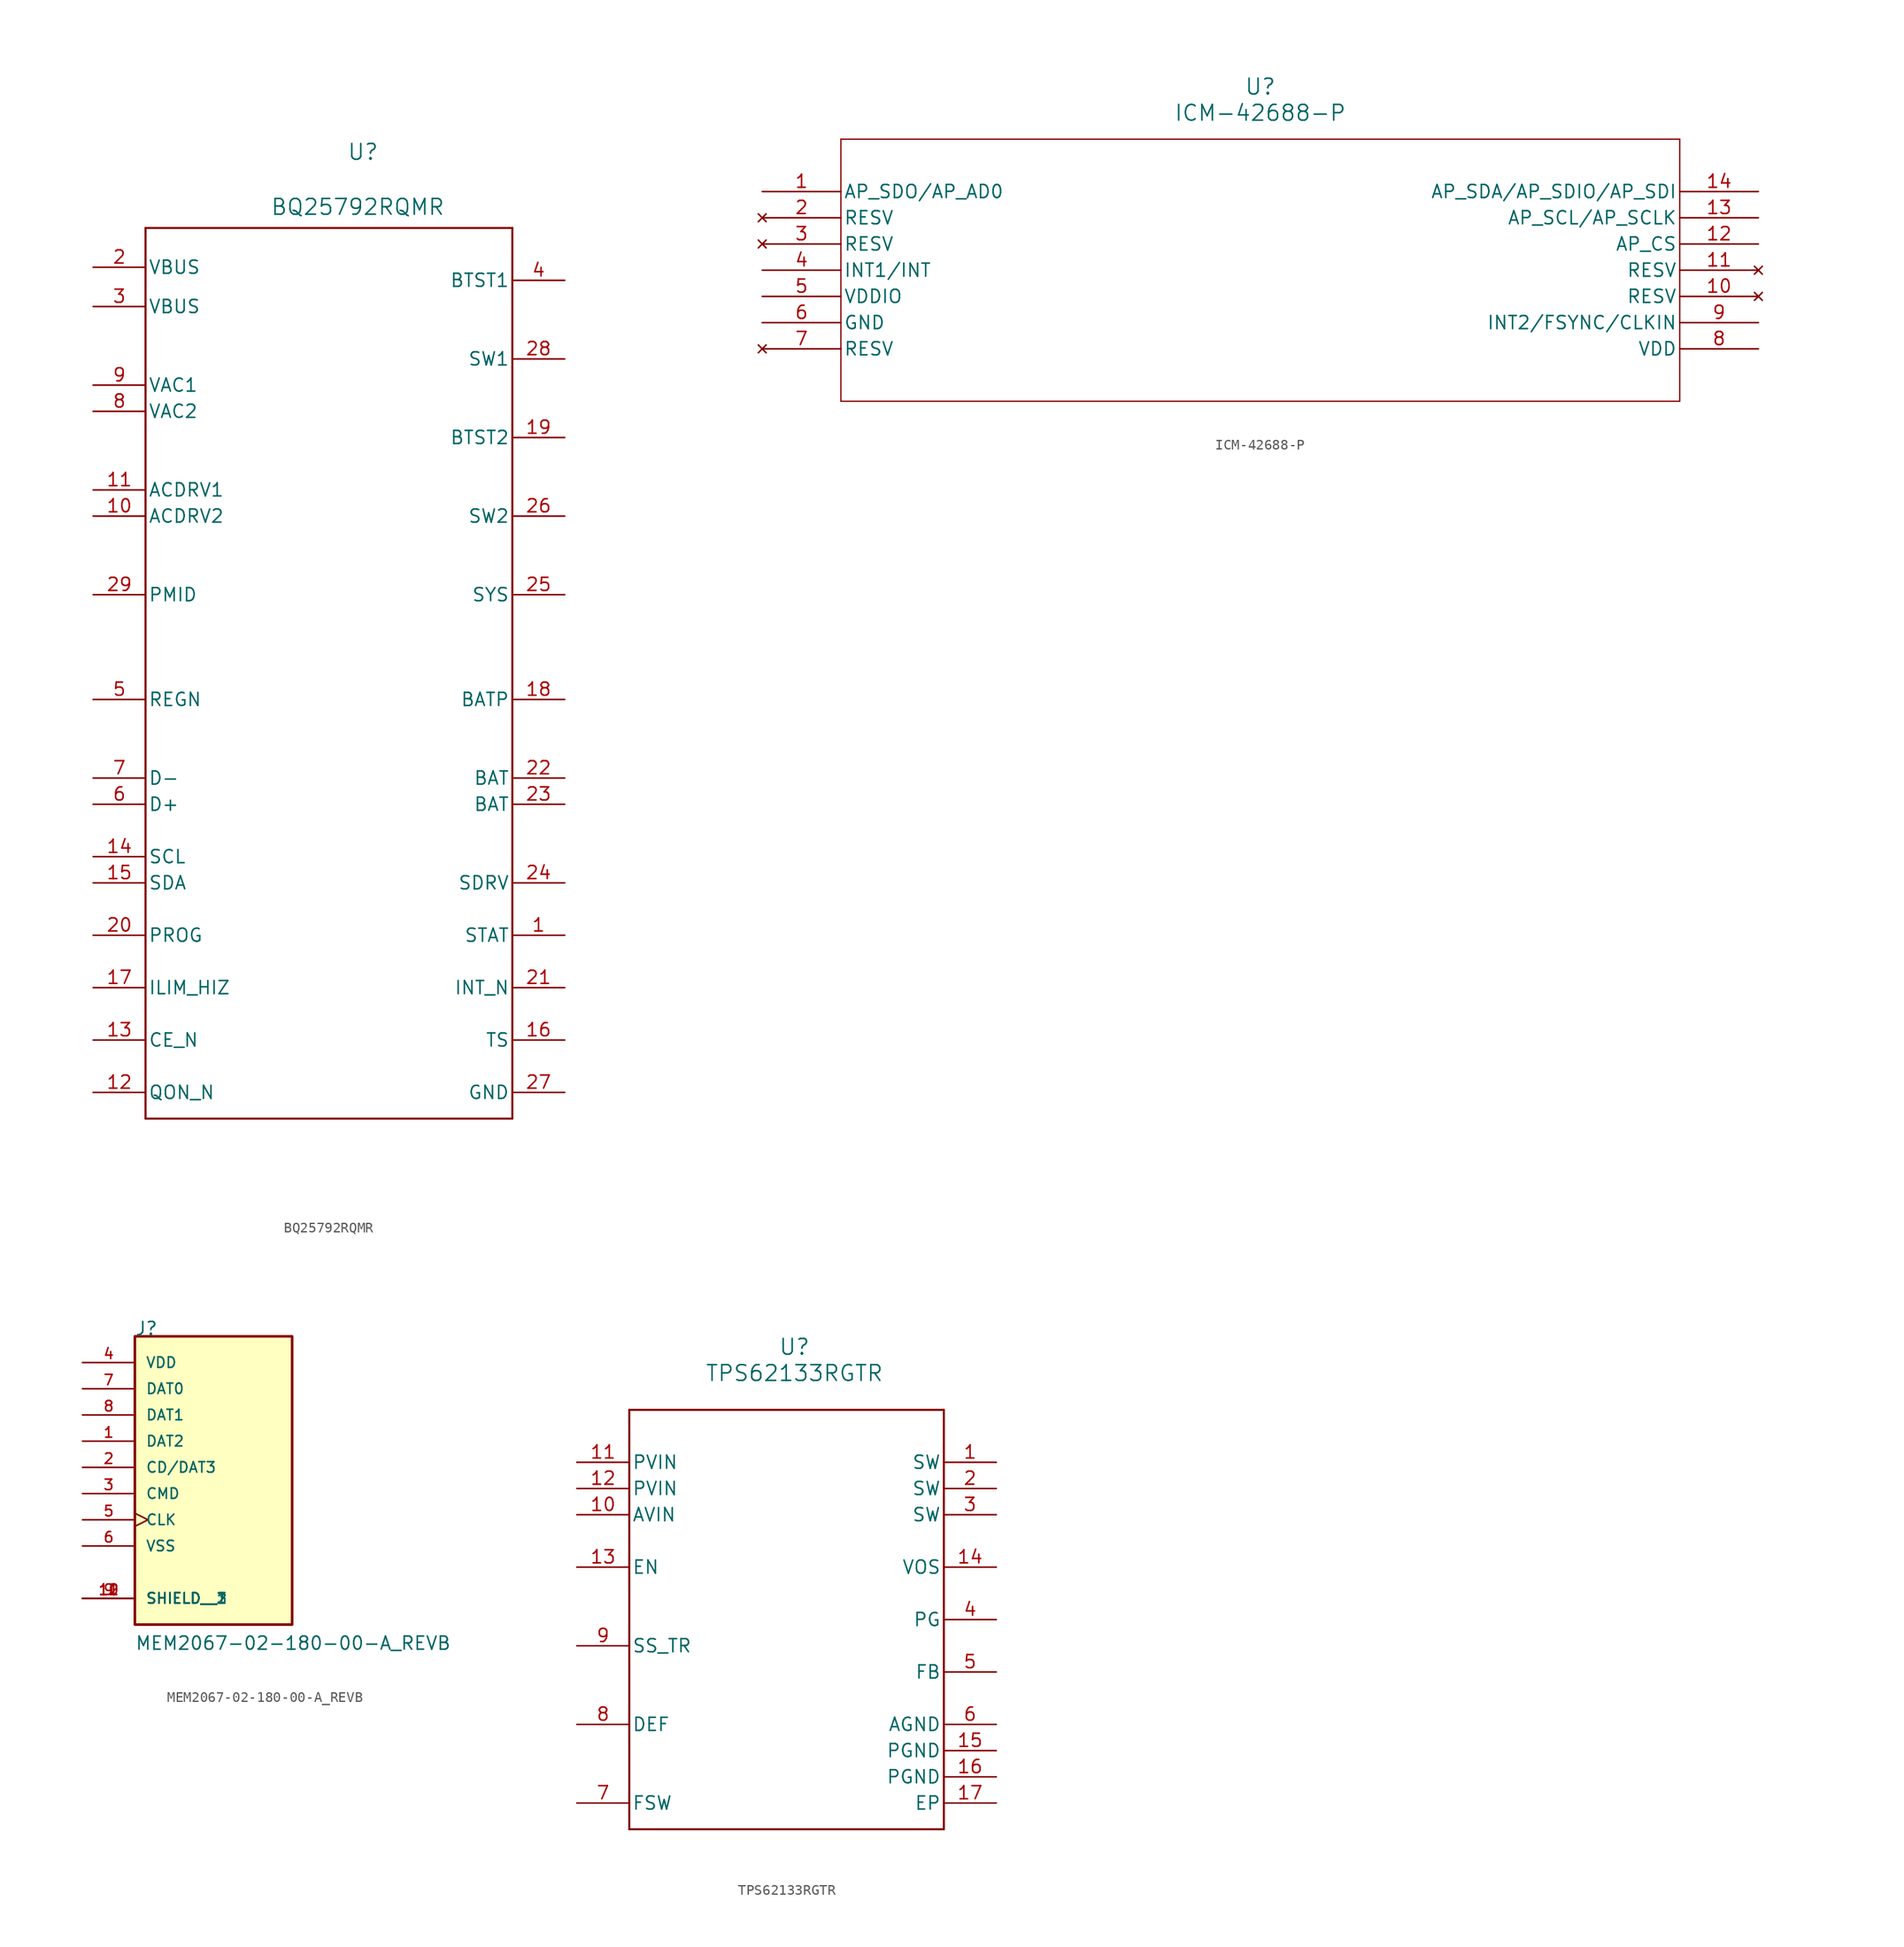
<source format=kicad_sym>
(kicad_symbol_lib
  (version 20241209)
  (generator "kicad_symbol_editor")
  (generator_version "9.0")
  (symbol "BQ25792RQMR"
    (pin_names
      (offset 0.254))
    (property "Reference" "U"
      (at 26.162 12.446 0)
      (effects (font (size 1.524 1.524))))
    (property "Value" "BQ25792RQMR"
      (at 25.654 7.112 0)
      (effects (font (size 1.524 1.524))))
    (property "ki_locked" ""
      (at 0 0 0)
      (effects (font (size 1.27 1.27))))
    (symbol "BQ25792RQMR_0_1"
      (polyline (pts (xy 5.08 5.08) (xy 5.08 -81.28)) (stroke (width 0.203) (type default)) (fill (type none)))
      (polyline (pts (xy 5.08 -81.28) (xy 40.64 -81.28)) (stroke (width 0.203) (type default)) (fill (type none)))
      (polyline (pts (xy 40.64 5.08) (xy 5.08 5.08)) (stroke (width 0.203) (type default)) (fill (type none)))
      (polyline (pts (xy 40.64 -81.28) (xy 40.64 5.08)) (stroke (width 0.203) (type default)) (fill (type none)))
      (pin power_in line (at 0 1.27 0) (length 5.08) (name "VBUS" (effects (font (size 1.27 1.27)))) (number "2" (effects (font (size 1.27 1.27)))))
      (pin power_in line (at 0 -2.54 0) (length 5.08) (name "VBUS" (effects (font (size 1.27 1.27)))) (number "3" (effects (font (size 1.27 1.27)))))
      (pin power_in line (at 0 -10.16 0) (length 5.08) (name "VAC1" (effects (font (size 1.27 1.27)))) (number "9" (effects (font (size 1.27 1.27)))))
      (pin power_in line (at 0 -12.7 0) (length 5.08) (name "VAC2" (effects (font (size 1.27 1.27)))) (number "8" (effects (font (size 1.27 1.27)))))
      (pin power_in line (at 0 -20.32 0) (length 5.08) (name "ACDRV1" (effects (font (size 1.27 1.27)))) (number "11" (effects (font (size 1.27 1.27)))))
      (pin power_in line (at 0 -22.86 0) (length 5.08) (name "ACDRV2" (effects (font (size 1.27 1.27)))) (number "10" (effects (font (size 1.27 1.27)))))
      (pin unspecified line (at 0 -30.48 0) (length 5.08) (name "PMID" (effects (font (size 1.27 1.27)))) (number "29" (effects (font (size 1.27 1.27)))))
      (pin unspecified line (at 0 -40.64 0) (length 5.08) (name "REGN" (effects (font (size 1.27 1.27)))) (number "5" (effects (font (size 1.27 1.27)))))
      (pin unspecified line (at 0 -48.26 0) (length 5.08) (name "D-" (effects (font (size 1.27 1.27)))) (number "7" (effects (font (size 1.27 1.27)))))
      (pin unspecified line (at 0 -50.8 0) (length 5.08) (name "D+" (effects (font (size 1.27 1.27)))) (number "6" (effects (font (size 1.27 1.27)))))
      (pin input line (at 0 -55.88 0) (length 5.08) (name "SCL" (effects (font (size 1.27 1.27)))) (number "14" (effects (font (size 1.27 1.27)))))
      (pin bidirectional line (at 0 -58.42 0) (length 5.08) (name "SDA" (effects (font (size 1.27 1.27)))) (number "15" (effects (font (size 1.27 1.27)))))
      (pin unspecified line (at 0 -63.5 0) (length 5.08) (name "PROG" (effects (font (size 1.27 1.27)))) (number "20" (effects (font (size 1.27 1.27)))))
      (pin unspecified line (at 0 -68.58 0) (length 5.08) (name "ILIM_HIZ" (effects (font (size 1.27 1.27)))) (number "17" (effects (font (size 1.27 1.27)))))
      (pin unspecified line (at 0 -73.66 0) (length 5.08) (name "CE_N" (effects (font (size 1.27 1.27)))) (number "13" (effects (font (size 1.27 1.27)))))
      (pin unspecified line (at 0 -78.74 0) (length 5.08) (name "QON_N" (effects (font (size 1.27 1.27)))) (number "12" (effects (font (size 1.27 1.27)))))
      (pin unspecified line (at 45.72 0 180) (length 5.08) (name "BTST1" (effects (font (size 1.27 1.27)))) (number "4" (effects (font (size 1.27 1.27)))))
      (pin unspecified line (at 45.72 -7.62 180) (length 5.08) (name "SW1" (effects (font (size 1.27 1.27)))) (number "28" (effects (font (size 1.27 1.27)))))
      (pin unspecified line (at 45.72 -15.24 180) (length 5.08) (name "BTST2" (effects (font (size 1.27 1.27)))) (number "19" (effects (font (size 1.27 1.27)))))
      (pin unspecified line (at 45.72 -22.86 180) (length 5.08) (name "SW2" (effects (font (size 1.27 1.27)))) (number "26" (effects (font (size 1.27 1.27)))))
      (pin unspecified line (at 45.72 -30.48 180) (length 5.08) (name "SYS" (effects (font (size 1.27 1.27)))) (number "25" (effects (font (size 1.27 1.27)))))
      (pin unspecified line (at 45.72 -40.64 180) (length 5.08) (name "BATP" (effects (font (size 1.27 1.27)))) (number "18" (effects (font (size 1.27 1.27)))))
      (pin unspecified line (at 45.72 -48.26 180) (length 5.08) (name "BAT" (effects (font (size 1.27 1.27)))) (number "22" (effects (font (size 1.27 1.27)))))
      (pin unspecified line (at 45.72 -50.8 180) (length 5.08) (name "BAT" (effects (font (size 1.27 1.27)))) (number "23" (effects (font (size 1.27 1.27)))))
      (pin unspecified line (at 45.72 -58.42 180) (length 5.08) (name "SDRV" (effects (font (size 1.27 1.27)))) (number "24" (effects (font (size 1.27 1.27)))))
      (pin unspecified line (at 45.72 -63.5 180) (length 5.08) (name "STAT" (effects (font (size 1.27 1.27)))) (number "1" (effects (font (size 1.27 1.27)))))
      (pin unspecified line (at 45.72 -68.58 180) (length 5.08) (name "INT_N" (effects (font (size 1.27 1.27)))) (number "21" (effects (font (size 1.27 1.27)))))
      (pin unspecified line (at 45.72 -73.66 180) (length 5.08) (name "TS" (effects (font (size 1.27 1.27)))) (number "16" (effects (font (size 1.27 1.27)))))
      (pin power_in line (at 45.72 -78.74 180) (length 5.08) (name "GND" (effects (font (size 1.27 1.27)))) (number "27" (effects (font (size 1.27 1.27)))))))
  (symbol "ICM-42688-P"
    (pin_names
      (offset 0.254))
    (property "Reference" "U"
      (at 48.26 10.16 0)
      (effects (font (size 1.524 1.524))))
    (property "Value" "ICM-42688-P"
      (at 48.26 7.62 0)
      (effects (font (size 1.524 1.524))))
    (property "ki_locked" ""
      (at 0 0 0)
      (effects (font (size 1.27 1.27))))
    (symbol "ICM-42688-P_0_1"
      (polyline (pts (xy 7.62 5.08) (xy 7.62 -20.32)) (stroke (width 0.127) (type default)) (fill (type none)))
      (polyline (pts (xy 7.62 -20.32) (xy 88.9 -20.32)) (stroke (width 0.127) (type default)) (fill (type none)))
      (polyline (pts (xy 88.9 5.08) (xy 7.62 5.08)) (stroke (width 0.127) (type default)) (fill (type none)))
      (polyline (pts (xy 88.9 -20.32) (xy 88.9 5.08)) (stroke (width 0.127) (type default)) (fill (type none)))
      (pin bidirectional line (at 0 0 0) (length 7.62) (name "AP_SDO/AP_AD0" (effects (font (size 1.27 1.27)))) (number "1" (effects (font (size 1.27 1.27)))))
      (pin no_connect line (at 0 -2.54 0) (length 7.62) (name "RESV" (effects (font (size 1.27 1.27)))) (number "2" (effects (font (size 1.27 1.27)))))
      (pin no_connect line (at 0 -5.08 0) (length 7.62) (name "RESV" (effects (font (size 1.27 1.27)))) (number "3" (effects (font (size 1.27 1.27)))))
      (pin bidirectional line (at 0 -7.62 0) (length 7.62) (name "INT1/INT" (effects (font (size 1.27 1.27)))) (number "4" (effects (font (size 1.27 1.27)))))
      (pin power_in line (at 0 -10.16 0) (length 7.62) (name "VDDIO" (effects (font (size 1.27 1.27)))) (number "5" (effects (font (size 1.27 1.27)))))
      (pin power_out line (at 0 -12.7 0) (length 7.62) (name "GND" (effects (font (size 1.27 1.27)))) (number "6" (effects (font (size 1.27 1.27)))))
      (pin no_connect line (at 0 -15.24 0) (length 7.62) (name "RESV" (effects (font (size 1.27 1.27)))) (number "7" (effects (font (size 1.27 1.27)))))
      (pin unspecified line (at 96.52 0 180) (length 7.62) (name "AP_SDA/AP_SDIO/AP_SDI" (effects (font (size 1.27 1.27)))) (number "14" (effects (font (size 1.27 1.27)))))
      (pin unspecified line (at 96.52 -2.54 180) (length 7.62) (name "AP_SCL/AP_SCLK" (effects (font (size 1.27 1.27)))) (number "13" (effects (font (size 1.27 1.27)))))
      (pin unspecified line (at 96.52 -5.08 180) (length 7.62) (name "AP_CS" (effects (font (size 1.27 1.27)))) (number "12" (effects (font (size 1.27 1.27)))))
      (pin no_connect line (at 96.52 -7.62 180) (length 7.62) (name "RESV" (effects (font (size 1.27 1.27)))) (number "11" (effects (font (size 1.27 1.27)))))
      (pin no_connect line (at 96.52 -10.16 180) (length 7.62) (name "RESV" (effects (font (size 1.27 1.27)))) (number "10" (effects (font (size 1.27 1.27)))))
      (pin bidirectional line (at 96.52 -12.7 180) (length 7.62) (name "INT2/FSYNC/CLKIN" (effects (font (size 1.27 1.27)))) (number "9" (effects (font (size 1.27 1.27)))))
      (pin power_in line (at 96.52 -15.24 180) (length 7.62) (name "VDD" (effects (font (size 1.27 1.27)))) (number "8" (effects (font (size 1.27 1.27)))))))
  (symbol "MEM2067-02-180-00-A_REVB"
    (pin_names
      (offset 1.016))
    (property "Reference" "J"
      (at 0 12.712 0)
      (effects (font (size 1.27 1.27)) (justify left bottom)))
    (property "Value" "MEM2067-02-180-00-A_REVB"
      (at 0 -17.783 0)
      (effects (font (size 1.27 1.27)) (justify left bottom)))
    (symbol "MEM2067-02-180-00-A_REVB_0_0"
      (rectangle (start 0 -15.24) (end 15.24 12.7) (stroke (width 0.254) (type default)) (fill (type background)))
      (pin power_in line (at -5.08 10.16 0) (length 5.08) (name "VDD" (effects (font (size 1.016 1.016)))) (number "4" (effects (font (size 1.016 1.016)))))
      (pin bidirectional line (at -5.08 7.62 0) (length 5.08) (name "DAT0" (effects (font (size 1.016 1.016)))) (number "7" (effects (font (size 1.016 1.016)))))
      (pin bidirectional line (at -5.08 5.08 0) (length 5.08) (name "DAT1" (effects (font (size 1.016 1.016)))) (number "8" (effects (font (size 1.016 1.016)))))
      (pin bidirectional line (at -5.08 2.54 0) (length 5.08) (name "DAT2" (effects (font (size 1.016 1.016)))) (number "1" (effects (font (size 1.016 1.016)))))
      (pin bidirectional line (at -5.08 0 0) (length 5.08) (name "CD/DAT3" (effects (font (size 1.016 1.016)))) (number "2" (effects (font (size 1.016 1.016)))))
      (pin bidirectional line (at -5.08 -2.54 0) (length 5.08) (name "CMD" (effects (font (size 1.016 1.016)))) (number "3" (effects (font (size 1.016 1.016)))))
      (pin bidirectional clock (at -5.08 -5.08 0) (length 5.08) (name "CLK" (effects (font (size 1.016 1.016)))) (number "5" (effects (font (size 1.016 1.016)))))
      (pin power_in line (at -5.08 -7.62 0) (length 5.08) (name "VSS" (effects (font (size 1.016 1.016)))) (number "6" (effects (font (size 1.016 1.016)))))
      (pin passive line (at -5.08 -12.7 0) (length 5.08) (name "SHIELD__1" (effects (font (size 1.016 1.016)))) (number "10" (effects (font (size 1.016 1.016)))))
      (pin passive line (at -5.08 -12.7 0) (length 5.08) (name "SHIELD__2" (effects (font (size 1.016 1.016)))) (number "11" (effects (font (size 1.016 1.016)))))
      (pin passive line (at -5.08 -12.7 0) (length 5.08) (name "SHIELD__3" (effects (font (size 1.016 1.016)))) (number "12" (effects (font (size 1.016 1.016)))))
      (pin passive line (at -5.08 -12.7 0) (length 5.08) (name "SHIELD" (effects (font (size 1.016 1.016)))) (number "9" (effects (font (size 1.016 1.016)))))))
  (symbol "TPS62133RGTR"
    (pin_names
      (offset 0.254))
    (property "Reference" "U"
      (at 0.762 26.416 0)
      (effects (font (size 1.524 1.524))))
    (property "Value" "TPS62133RGTR"
      (at 0.762 23.876 0)
      (effects (font (size 1.524 1.524))))
    (property "ki_locked" ""
      (at 0 0 0)
      (effects (font (size 1.27 1.27))))
    (symbol "TPS62133RGTR_0_1"
      (polyline (pts (xy -15.24 20.32) (xy -15.24 -20.32)) (stroke (width 0.203) (type default)) (fill (type none)))
      (polyline (pts (xy -15.24 -20.32) (xy 15.24 -20.32)) (stroke (width 0.203) (type default)) (fill (type none)))
      (polyline (pts (xy 15.24 20.32) (xy -15.24 20.32)) (stroke (width 0.203) (type default)) (fill (type none)))
      (polyline (pts (xy 15.24 -20.32) (xy 15.24 20.32)) (stroke (width 0.203) (type default)) (fill (type none)))
      (pin power_in line (at -20.32 15.24 0) (length 5.08) (name "PVIN" (effects (font (size 1.27 1.27)))) (number "11" (effects (font (size 1.27 1.27)))))
      (pin power_in line (at -20.32 12.7 0) (length 5.08) (name "PVIN" (effects (font (size 1.27 1.27)))) (number "12" (effects (font (size 1.27 1.27)))))
      (pin power_in line (at -20.32 10.16 0) (length 5.08) (name "AVIN" (effects (font (size 1.27 1.27)))) (number "10" (effects (font (size 1.27 1.27)))))
      (pin input line (at -20.32 5.08 0) (length 5.08) (name "EN" (effects (font (size 1.27 1.27)))) (number "13" (effects (font (size 1.27 1.27)))))
      (pin input line (at -20.32 -2.54 0) (length 5.08) (name "SS_TR" (effects (font (size 1.27 1.27)))) (number "9" (effects (font (size 1.27 1.27)))))
      (pin input line (at -20.32 -10.16 0) (length 5.08) (name "DEF" (effects (font (size 1.27 1.27)))) (number "8" (effects (font (size 1.27 1.27)))))
      (pin input line (at -20.32 -17.78 0) (length 5.08) (name "FSW" (effects (font (size 1.27 1.27)))) (number "7" (effects (font (size 1.27 1.27)))))
      (pin power_in line (at 20.32 15.24 180) (length 5.08) (name "SW" (effects (font (size 1.27 1.27)))) (number "1" (effects (font (size 1.27 1.27)))))
      (pin power_in line (at 20.32 12.7 180) (length 5.08) (name "SW" (effects (font (size 1.27 1.27)))) (number "2" (effects (font (size 1.27 1.27)))))
      (pin power_in line (at 20.32 10.16 180) (length 5.08) (name "SW" (effects (font (size 1.27 1.27)))) (number "3" (effects (font (size 1.27 1.27)))))
      (pin input line (at 20.32 5.08 180) (length 5.08) (name "VOS" (effects (font (size 1.27 1.27)))) (number "14" (effects (font (size 1.27 1.27)))))
      (pin open_collector line (at 20.32 0 180) (length 5.08) (name "PG" (effects (font (size 1.27 1.27)))) (number "4" (effects (font (size 1.27 1.27)))))
      (pin input line (at 20.32 -5.08 180) (length 5.08) (name "FB" (effects (font (size 1.27 1.27)))) (number "5" (effects (font (size 1.27 1.27)))))
      (pin power_in line (at 20.32 -10.16 180) (length 5.08) (name "AGND" (effects (font (size 1.27 1.27)))) (number "6" (effects (font (size 1.27 1.27)))))
      (pin power_in line (at 20.32 -12.7 180) (length 5.08) (name "PGND" (effects (font (size 1.27 1.27)))) (number "15" (effects (font (size 1.27 1.27)))))
      (pin power_in line (at 20.32 -15.24 180) (length 5.08) (name "PGND" (effects (font (size 1.27 1.27)))) (number "16" (effects (font (size 1.27 1.27)))))
      (pin power_in line (at 20.32 -17.78 180) (length 5.08) (name "EP" (effects (font (size 1.27 1.27)))) (number "17" (effects (font (size 1.27 1.27))))))))
</source>
